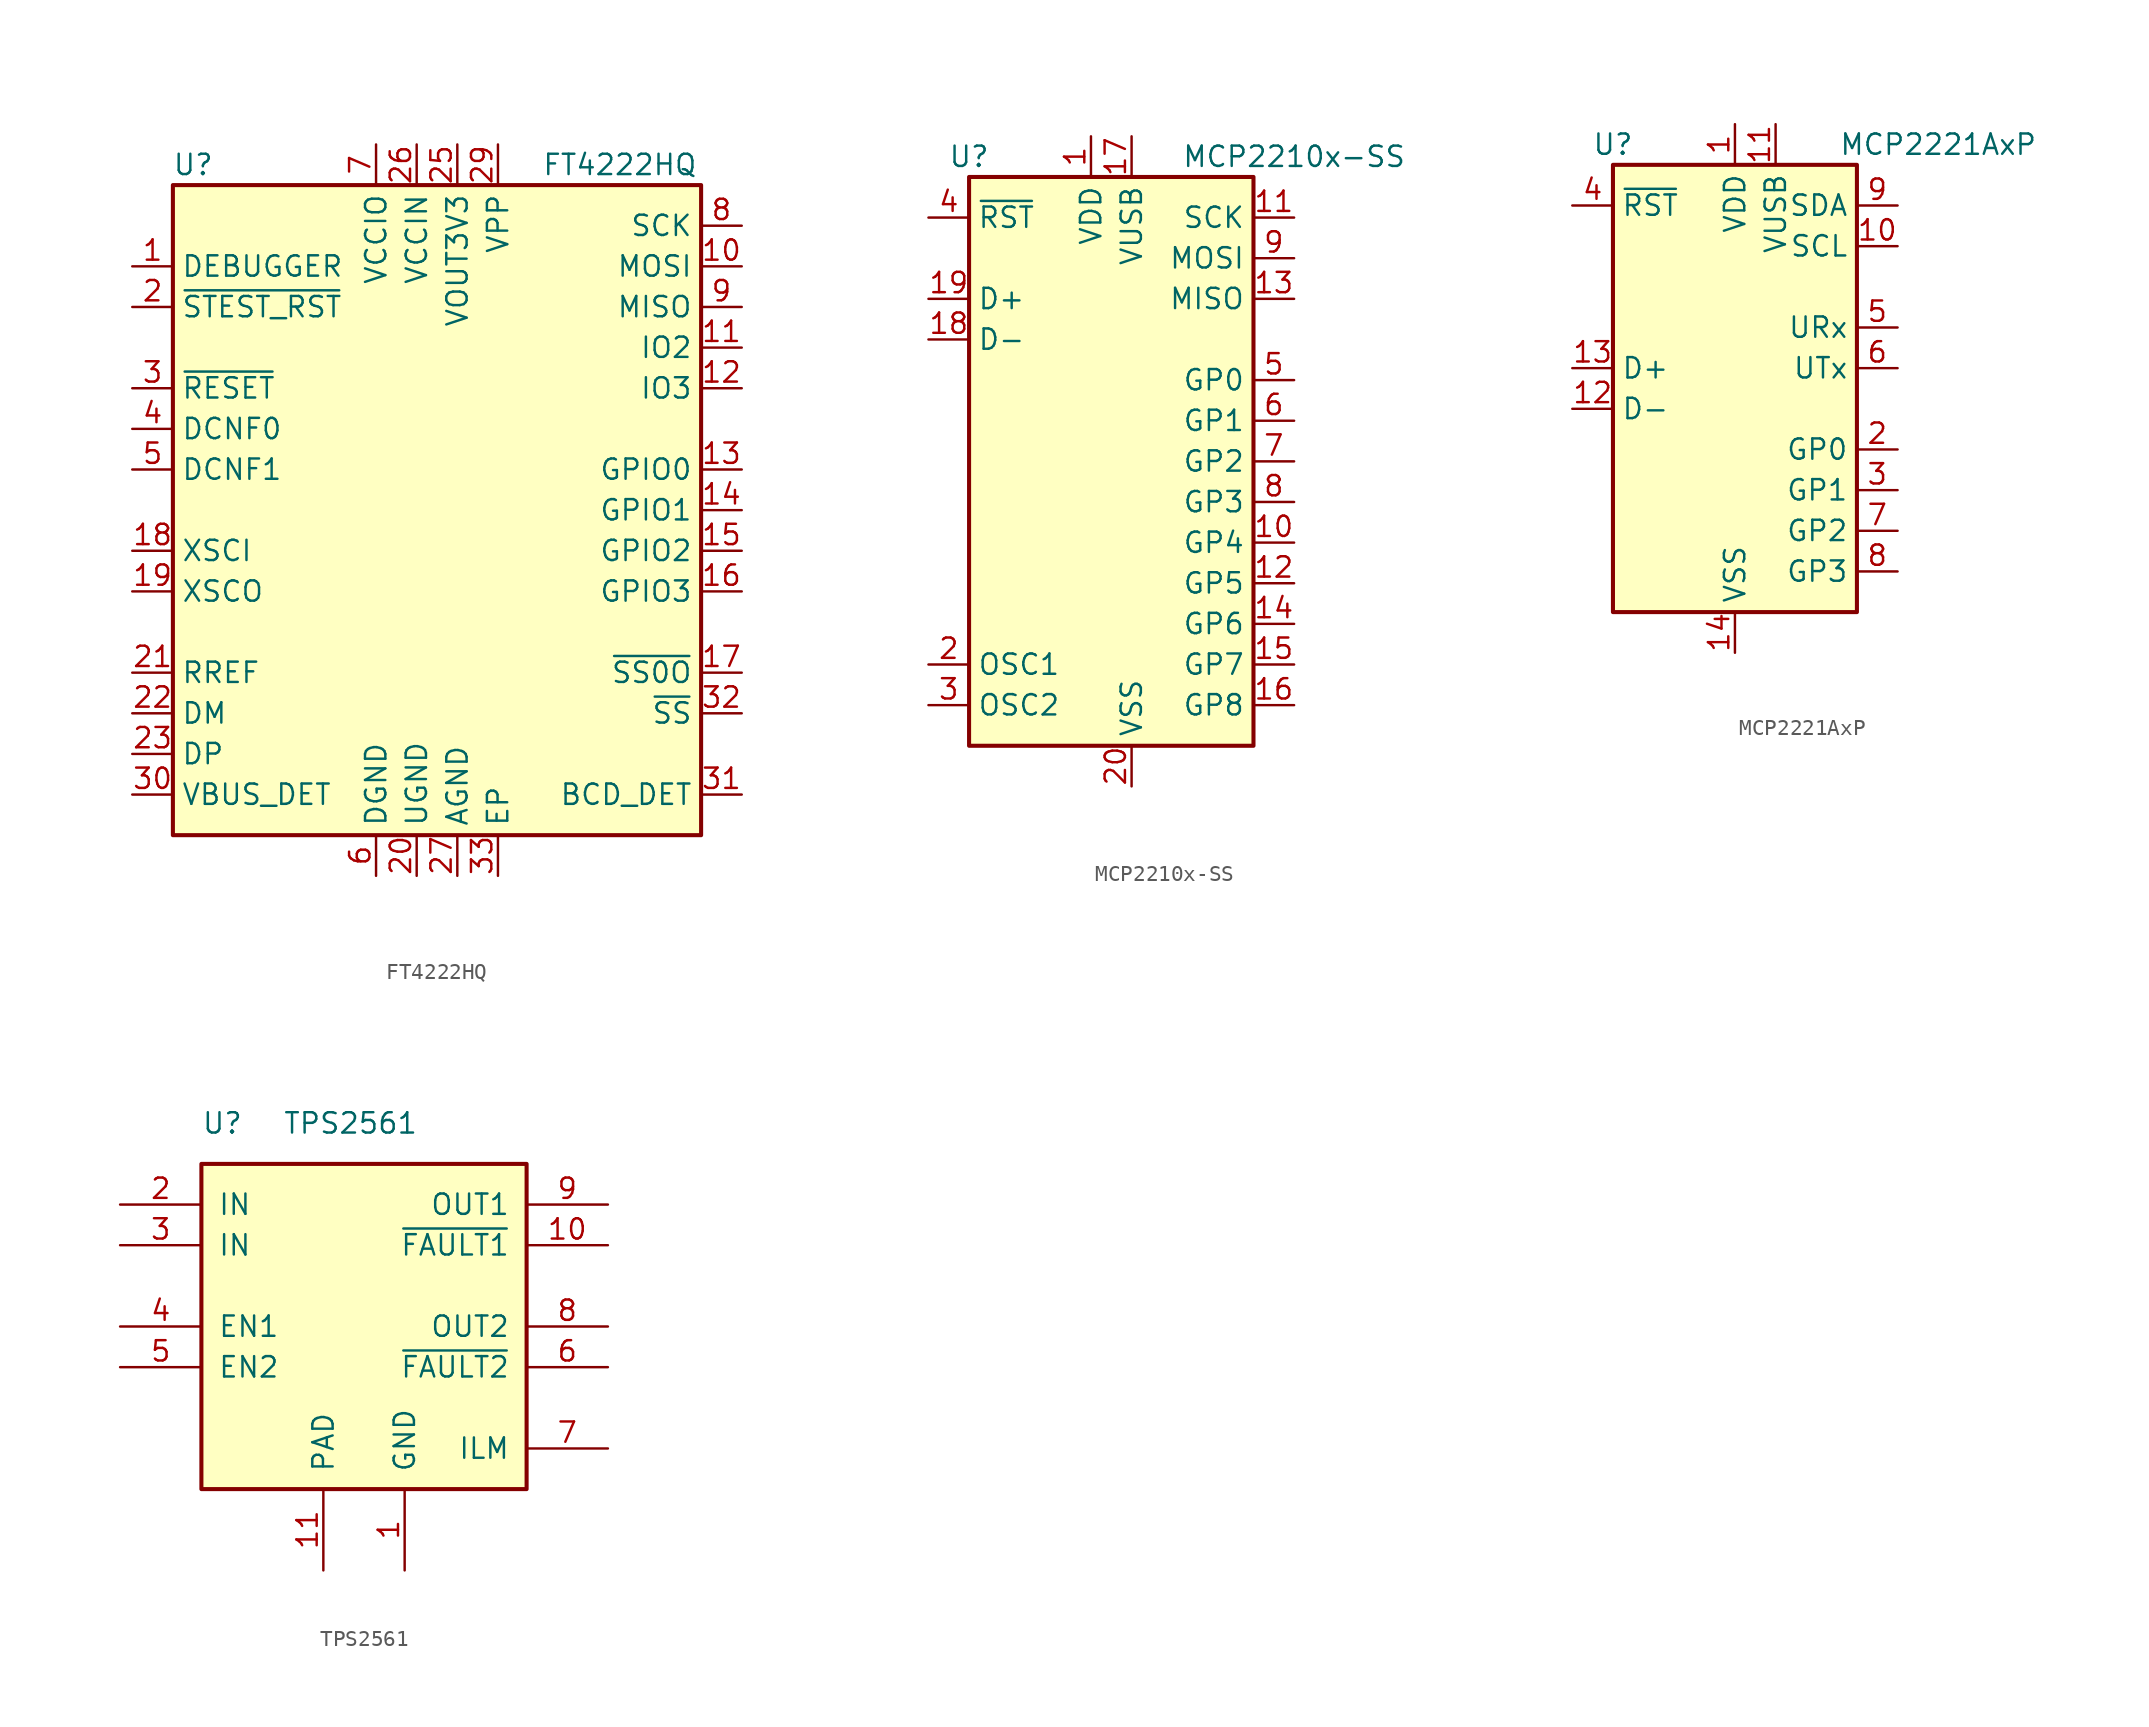
<source format=kicad_sym>
(kicad_symbol_lib
  (version 20211014)
  (generator kicad_symbol_editor)
  (symbol "FT4222HQ"
    (property "Reference" "U"
      (at -16.51 21.59 0)
      (effects (font (size 1.27 1.27))))
    (property "Value" "FT4222HQ"
      (at 10.16 21.59 0)
      (effects (font (size 1.27 1.27))))
    (symbol "FT4222HQ_0_1"
      (rectangle (start 15.24 20.32) (end -17.78 -20.32) (stroke (width 0.254) (type default) (color 0 0 0 0)) (fill (type background))))
    (symbol "FT4222HQ_1_1"
      (pin bidirectional line (at -20.32 15.24 0) (length 2.54) (name "DEBUGGER" (effects (font (size 1.27 1.27)))) (number "1" (effects (font (size 1.27 1.27)))))
      (pin bidirectional line (at 17.78 15.24 180) (length 2.54) (name "MOSI" (effects (font (size 1.27 1.27)))) (number "10" (effects (font (size 1.27 1.27)))))
      (pin bidirectional line (at 17.78 10.16 180) (length 2.54) (name "IO2" (effects (font (size 1.27 1.27)))) (number "11" (effects (font (size 1.27 1.27)))))
      (pin bidirectional line (at 17.78 7.62 180) (length 2.54) (name "IO3" (effects (font (size 1.27 1.27)))) (number "12" (effects (font (size 1.27 1.27)))))
      (pin bidirectional line (at 17.78 2.54 180) (length 2.54) (name "GPIO0" (effects (font (size 1.27 1.27)))) (number "13" (effects (font (size 1.27 1.27)))))
      (pin bidirectional line (at 17.78 0 180) (length 2.54) (name "GPIO1" (effects (font (size 1.27 1.27)))) (number "14" (effects (font (size 1.27 1.27)))))
      (pin bidirectional line (at 17.78 -2.54 180) (length 2.54) (name "GPIO2" (effects (font (size 1.27 1.27)))) (number "15" (effects (font (size 1.27 1.27)))))
      (pin bidirectional line (at 17.78 -5.08 180) (length 2.54) (name "GPIO3" (effects (font (size 1.27 1.27)))) (number "16" (effects (font (size 1.27 1.27)))))
      (pin output line (at 17.78 -10.16 180) (length 2.54) (name "~{SS0O}" (effects (font (size 1.27 1.27)))) (number "17" (effects (font (size 1.27 1.27)))))
      (pin input line (at -20.32 -2.54 0) (length 2.54) (name "XSCI" (effects (font (size 1.27 1.27)))) (number "18" (effects (font (size 1.27 1.27)))))
      (pin output line (at -20.32 -5.08 0) (length 2.54) (name "XSCO" (effects (font (size 1.27 1.27)))) (number "19" (effects (font (size 1.27 1.27)))))
      (pin input line (at -20.32 12.7 0) (length 2.54) (name "~{STEST_RST}" (effects (font (size 1.27 1.27)))) (number "2" (effects (font (size 1.27 1.27)))))
      (pin power_in line (at -2.54 -22.86 90) (length 2.54) (name "UGND" (effects (font (size 1.27 1.27)))) (number "20" (effects (font (size 1.27 1.27)))))
      (pin input line (at -20.32 -10.16 0) (length 2.54) (name "RREF" (effects (font (size 1.27 1.27)))) (number "21" (effects (font (size 1.27 1.27)))))
      (pin bidirectional line (at -20.32 -12.7 0) (length 2.54) (name "DM" (effects (font (size 1.27 1.27)))) (number "22" (effects (font (size 1.27 1.27)))))
      (pin bidirectional line (at -20.32 -15.24 0) (length 2.54) (name "DP" (effects (font (size 1.27 1.27)))) (number "23" (effects (font (size 1.27 1.27)))))
      (pin passive line (at -2.54 -22.86 90) (length 2.54) hide (name "UGND" (effects (font (size 1.27 1.27)))) (number "24" (effects (font (size 1.27 1.27)))))
      (pin unspecified line (at 0 22.86 270) (length 2.54) (name "VOUT3V3" (effects (font (size 1.27 1.27)))) (number "25" (effects (font (size 1.27 1.27)))))
      (pin power_in line (at -2.54 22.86 270) (length 2.54) (name "VCCIN" (effects (font (size 1.27 1.27)))) (number "26" (effects (font (size 1.27 1.27)))))
      (pin power_in line (at 0 -22.86 90) (length 2.54) (name "AGND" (effects (font (size 1.27 1.27)))) (number "27" (effects (font (size 1.27 1.27)))))
      (pin passive line (at -5.08 -22.86 90) (length 2.54) hide (name "DGND" (effects (font (size 1.27 1.27)))) (number "28" (effects (font (size 1.27 1.27)))))
      (pin power_in line (at 2.54 22.86 270) (length 2.54) (name "VPP" (effects (font (size 1.27 1.27)))) (number "29" (effects (font (size 1.27 1.27)))))
      (pin input line (at -20.32 7.62 0) (length 2.54) (name "~{RESET}" (effects (font (size 1.27 1.27)))) (number "3" (effects (font (size 1.27 1.27)))))
      (pin input line (at -20.32 -17.78 0) (length 2.54) (name "VBUS_DET" (effects (font (size 1.27 1.27)))) (number "30" (effects (font (size 1.27 1.27)))))
      (pin output line (at 17.78 -17.78 180) (length 2.54) (name "BCD_DET" (effects (font (size 1.27 1.27)))) (number "31" (effects (font (size 1.27 1.27)))))
      (pin input line (at 17.78 -12.7 180) (length 2.54) (name "~{SS}" (effects (font (size 1.27 1.27)))) (number "32" (effects (font (size 1.27 1.27)))))
      (pin power_in line (at 2.54 -22.86 90) (length 2.54) (name "EP" (effects (font (size 1.27 1.27)))) (number "33" (effects (font (size 1.27 1.27)))))
      (pin input line (at -20.32 5.08 0) (length 2.54) (name "DCNF0" (effects (font (size 1.27 1.27)))) (number "4" (effects (font (size 1.27 1.27)))))
      (pin input line (at -20.32 2.54 0) (length 2.54) (name "DCNF1" (effects (font (size 1.27 1.27)))) (number "5" (effects (font (size 1.27 1.27)))))
      (pin power_in line (at -5.08 -22.86 90) (length 2.54) (name "DGND" (effects (font (size 1.27 1.27)))) (number "6" (effects (font (size 1.27 1.27)))))
      (pin power_in line (at -5.08 22.86 270) (length 2.54) (name "VCCIO" (effects (font (size 1.27 1.27)))) (number "7" (effects (font (size 1.27 1.27)))))
      (pin bidirectional line (at 17.78 17.78 180) (length 2.54) (name "SCK" (effects (font (size 1.27 1.27)))) (number "8" (effects (font (size 1.27 1.27)))))
      (pin bidirectional line (at 17.78 12.7 180) (length 2.54) (name "MISO" (effects (font (size 1.27 1.27)))) (number "9" (effects (font (size 1.27 1.27)))))))
  (symbol "MCP2210x-SS"
    (property "Reference" "U"
      (at -10.16 19.05 0)
      (effects (font (size 1.27 1.27))))
    (property "Value" "MCP2210x-SS"
      (at 10.16 19.05 0)
      (effects (font (size 1.27 1.27))))
    (symbol "MCP2210x-SS_0_1"
      (rectangle (start -10.16 17.78) (end 7.62 -17.78) (stroke (width 0.254) (type default) (color 0 0 0 0)) (fill (type background))))
    (symbol "MCP2210x-SS_1_1"
      (pin power_in line (at -2.54 20.32 270) (length 2.54) (name "VDD" (effects (font (size 1.27 1.27)))) (number "1" (effects (font (size 1.27 1.27)))))
      (pin bidirectional line (at 10.16 -5.08 180) (length 2.54) (name "GP4" (effects (font (size 1.27 1.27)))) (number "10" (effects (font (size 1.27 1.27)))))
      (pin output line (at 10.16 15.24 180) (length 2.54) (name "SCK" (effects (font (size 1.27 1.27)))) (number "11" (effects (font (size 1.27 1.27)))))
      (pin bidirectional line (at 10.16 -7.62 180) (length 2.54) (name "GP5" (effects (font (size 1.27 1.27)))) (number "12" (effects (font (size 1.27 1.27)))))
      (pin input line (at 10.16 10.16 180) (length 2.54) (name "MISO" (effects (font (size 1.27 1.27)))) (number "13" (effects (font (size 1.27 1.27)))))
      (pin bidirectional line (at 10.16 -10.16 180) (length 2.54) (name "GP6" (effects (font (size 1.27 1.27)))) (number "14" (effects (font (size 1.27 1.27)))))
      (pin bidirectional line (at 10.16 -12.7 180) (length 2.54) (name "GP7" (effects (font (size 1.27 1.27)))) (number "15" (effects (font (size 1.27 1.27)))))
      (pin bidirectional line (at 10.16 -15.24 180) (length 2.54) (name "GP8" (effects (font (size 1.27 1.27)))) (number "16" (effects (font (size 1.27 1.27)))))
      (pin passive line (at 0 20.32 270) (length 2.54) (name "VUSB" (effects (font (size 1.27 1.27)))) (number "17" (effects (font (size 1.27 1.27)))))
      (pin bidirectional line (at -12.7 7.62 0) (length 2.54) (name "D-" (effects (font (size 1.27 1.27)))) (number "18" (effects (font (size 1.27 1.27)))))
      (pin bidirectional line (at -12.7 10.16 0) (length 2.54) (name "D+" (effects (font (size 1.27 1.27)))) (number "19" (effects (font (size 1.27 1.27)))))
      (pin input line (at -12.7 -12.7 0) (length 2.54) (name "OSC1" (effects (font (size 1.27 1.27)))) (number "2" (effects (font (size 1.27 1.27)))))
      (pin power_in line (at 0 -20.32 90) (length 2.54) (name "VSS" (effects (font (size 1.27 1.27)))) (number "20" (effects (font (size 1.27 1.27)))))
      (pin output line (at -12.7 -15.24 0) (length 2.54) (name "OSC2" (effects (font (size 1.27 1.27)))) (number "3" (effects (font (size 1.27 1.27)))))
      (pin input line (at -12.7 15.24 0) (length 2.54) (name "~{RST}" (effects (font (size 1.27 1.27)))) (number "4" (effects (font (size 1.27 1.27)))))
      (pin bidirectional line (at 10.16 5.08 180) (length 2.54) (name "GP0" (effects (font (size 1.27 1.27)))) (number "5" (effects (font (size 1.27 1.27)))))
      (pin bidirectional line (at 10.16 2.54 180) (length 2.54) (name "GP1" (effects (font (size 1.27 1.27)))) (number "6" (effects (font (size 1.27 1.27)))))
      (pin bidirectional line (at 10.16 0 180) (length 2.54) (name "GP2" (effects (font (size 1.27 1.27)))) (number "7" (effects (font (size 1.27 1.27)))))
      (pin bidirectional line (at 10.16 -2.54 180) (length 2.54) (name "GP3" (effects (font (size 1.27 1.27)))) (number "8" (effects (font (size 1.27 1.27)))))
      (pin output line (at 10.16 12.7 180) (length 2.54) (name "MOSI" (effects (font (size 1.27 1.27)))) (number "9" (effects (font (size 1.27 1.27)))))))
  (symbol "MCP2221AxP"
    (property "Reference" "U"
      (at -7.62 16.51 0)
      (effects (font (size 1.27 1.27))))
    (property "Value" "MCP2221AxP"
      (at 12.7 16.51 0)
      (effects (font (size 1.27 1.27))))
    (symbol "MCP2221AxP_0_1"
      (rectangle (start -7.62 15.24) (end 7.62 -12.7) (stroke (width 0.254) (type default) (color 0 0 0 0)) (fill (type background))))
    (symbol "MCP2221AxP_1_1"
      (pin power_in line (at 0 17.78 270) (length 2.54) (name "VDD" (effects (font (size 1.27 1.27)))) (number "1" (effects (font (size 1.27 1.27)))))
      (pin bidirectional line (at 10.16 10.16 180) (length 2.54) (name "SCL" (effects (font (size 1.27 1.27)))) (number "10" (effects (font (size 1.27 1.27)))))
      (pin passive line (at 2.54 17.78 270) (length 2.54) (name "VUSB" (effects (font (size 1.27 1.27)))) (number "11" (effects (font (size 1.27 1.27)))))
      (pin bidirectional line (at -10.16 0 0) (length 2.54) (name "D-" (effects (font (size 1.27 1.27)))) (number "12" (effects (font (size 1.27 1.27)))))
      (pin bidirectional line (at -10.16 2.54 0) (length 2.54) (name "D+" (effects (font (size 1.27 1.27)))) (number "13" (effects (font (size 1.27 1.27)))))
      (pin power_in line (at 0 -15.24 90) (length 2.54) (name "VSS" (effects (font (size 1.27 1.27)))) (number "14" (effects (font (size 1.27 1.27)))))
      (pin bidirectional line (at 10.16 -2.54 180) (length 2.54) (name "GP0" (effects (font (size 1.27 1.27)))) (number "2" (effects (font (size 1.27 1.27)))))
      (pin bidirectional line (at 10.16 -5.08 180) (length 2.54) (name "GP1" (effects (font (size 1.27 1.27)))) (number "3" (effects (font (size 1.27 1.27)))))
      (pin input line (at -10.16 12.7 0) (length 2.54) (name "~{RST}" (effects (font (size 1.27 1.27)))) (number "4" (effects (font (size 1.27 1.27)))))
      (pin input line (at 10.16 5.08 180) (length 2.54) (name "URx" (effects (font (size 1.27 1.27)))) (number "5" (effects (font (size 1.27 1.27)))))
      (pin output line (at 10.16 2.54 180) (length 2.54) (name "UTx" (effects (font (size 1.27 1.27)))) (number "6" (effects (font (size 1.27 1.27)))))
      (pin bidirectional line (at 10.16 -7.62 180) (length 2.54) (name "GP2" (effects (font (size 1.27 1.27)))) (number "7" (effects (font (size 1.27 1.27)))))
      (pin bidirectional line (at 10.16 -10.16 180) (length 2.54) (name "GP3" (effects (font (size 1.27 1.27)))) (number "8" (effects (font (size 1.27 1.27)))))
      (pin bidirectional line (at 10.16 12.7 180) (length 2.54) (name "SDA" (effects (font (size 1.27 1.27)))) (number "9" (effects (font (size 1.27 1.27)))))))
  (symbol "TPS2561"
    (pin_names
      (offset 1.016))
    (property "Reference" "U"
      (at -10.16 12.7 0)
      (effects (font (size 1.27 1.27)) (justify left)))
    (property "Value" "TPS2561"
      (at -5.08 12.7 0)
      (effects (font (size 1.27 1.27)) (justify left)))
    (symbol "TPS2561_0_1"
      (rectangle (start -10.16 10.16) (end 10.16 -10.16) (stroke (width 0.254) (type default) (color 0 0 0 0)) (fill (type background))))
    (symbol "TPS2561_1_1"
      (pin power_in line (at 2.54 -15.24 90) (length 5.08) (name "GND" (effects (font (size 1.27 1.27)))) (number "1" (effects (font (size 1.27 1.27)))))
      (pin output line (at 15.24 5.08 180) (length 5.08) (name "~{FAULT1}" (effects (font (size 1.27 1.27)))) (number "10" (effects (font (size 1.27 1.27)))))
      (pin power_in line (at -2.54 -15.24 90) (length 5.08) (name "PAD" (effects (font (size 1.27 1.27)))) (number "11" (effects (font (size 1.27 1.27)))))
      (pin power_in line (at -15.24 7.62 0) (length 5.08) (name "IN" (effects (font (size 1.27 1.27)))) (number "2" (effects (font (size 1.27 1.27)))))
      (pin power_in line (at -15.24 5.08 0) (length 5.08) (name "IN" (effects (font (size 1.27 1.27)))) (number "3" (effects (font (size 1.27 1.27)))))
      (pin input line (at -15.24 0 0) (length 5.08) (name "EN1" (effects (font (size 1.27 1.27)))) (number "4" (effects (font (size 1.27 1.27)))))
      (pin input line (at -15.24 -2.54 0) (length 5.08) (name "EN2" (effects (font (size 1.27 1.27)))) (number "5" (effects (font (size 1.27 1.27)))))
      (pin output line (at 15.24 -2.54 180) (length 5.08) (name "~{FAULT2}" (effects (font (size 1.27 1.27)))) (number "6" (effects (font (size 1.27 1.27)))))
      (pin output line (at 15.24 -7.62 180) (length 5.08) (name "ILM" (effects (font (size 1.27 1.27)))) (number "7" (effects (font (size 1.27 1.27)))))
      (pin output line (at 15.24 0 180) (length 5.08) (name "OUT2" (effects (font (size 1.27 1.27)))) (number "8" (effects (font (size 1.27 1.27)))))
      (pin output line (at 15.24 7.62 180) (length 5.08) (name "OUT1" (effects (font (size 1.27 1.27)))) (number "9" (effects (font (size 1.27 1.27))))))))
</source>
